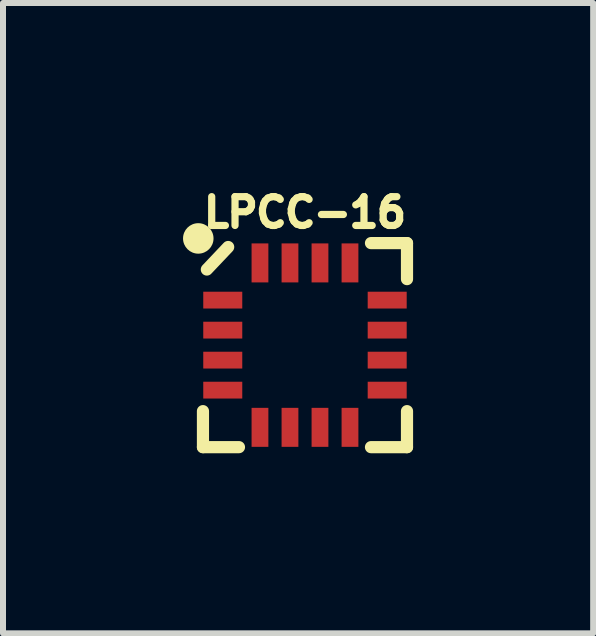
<source format=kicad_pcb>
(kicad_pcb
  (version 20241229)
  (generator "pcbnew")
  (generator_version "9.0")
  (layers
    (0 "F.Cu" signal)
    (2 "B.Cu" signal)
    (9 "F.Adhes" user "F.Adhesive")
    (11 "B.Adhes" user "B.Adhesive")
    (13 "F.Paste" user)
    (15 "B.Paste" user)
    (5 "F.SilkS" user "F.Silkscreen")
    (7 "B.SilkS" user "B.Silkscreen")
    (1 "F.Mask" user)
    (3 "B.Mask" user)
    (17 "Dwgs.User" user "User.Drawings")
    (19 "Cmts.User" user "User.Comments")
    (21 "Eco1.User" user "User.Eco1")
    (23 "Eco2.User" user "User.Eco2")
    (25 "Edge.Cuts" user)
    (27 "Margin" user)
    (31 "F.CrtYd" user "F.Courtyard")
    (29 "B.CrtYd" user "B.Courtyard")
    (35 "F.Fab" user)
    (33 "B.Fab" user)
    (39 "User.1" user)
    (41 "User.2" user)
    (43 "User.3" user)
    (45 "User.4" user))
  (footprint "LPCC-16"
    (layer "F.Cu")
    (at 2.032 2.701)
    (property "Reference" "LPCC-16" (at 0 -2.21 0) (layer "F.SilkS") (effects (font (size 0.48 0.48) (thickness 0.15))))
    (attr smd)
    (fp_line (start -1.7 1.7) (end -1.7 1.1) (stroke (width 0.203) (type solid)) (layer "F.SilkS"))
    (fp_line (start -1.7 1.7) (end -1.1 1.7) (stroke (width 0.203) (type solid)) (layer "F.SilkS"))
    (fp_line (start -1.28 -1.635) (end -1.635 -1.26) (stroke (width 0.203) (type solid)) (layer "F.SilkS"))
    (fp_line (start 1.1 1.7) (end 1.7 1.7) (stroke (width 0.203) (type solid)) (layer "F.SilkS"))
    (fp_line (start 1.7 -1.7) (end 1.1 -1.7) (stroke (width 0.203) (type solid)) (layer "F.SilkS"))
    (fp_line (start 1.7 -1.1) (end 1.7 -1.7) (stroke (width 0.203) (type solid)) (layer "F.SilkS"))
    (fp_line (start 1.7 1.7) (end 1.7 1.1) (stroke (width 0.203) (type solid)) (layer "F.SilkS"))
    (fp_circle (center -1.778 -1.778) (end -1.524 -1.778) (stroke (width 0) (type solid)) (fill yes) (layer "F.SilkS"))
    (pad "1" smd rect (at -1.37 -0.75) (size 0.65 0.28) (layers "F.Cu" "F.Mask" "F.Paste"))
    (pad "2" smd rect (at -1.37 -0.25) (size 0.65 0.28) (layers "F.Cu" "F.Mask" "F.Paste"))
    (pad "3" smd rect (at -1.37 0.25) (size 0.65 0.28) (layers "F.Cu" "F.Mask" "F.Paste"))
    (pad "4" smd rect (at -1.37 0.75) (size 0.65 0.28) (layers "F.Cu" "F.Mask" "F.Paste"))
    (pad "5" smd rect (at -0.75 1.37 270) (size 0.65 0.28) (layers "F.Cu" "F.Mask" "F.Paste"))
    (pad "6" smd rect (at -0.25 1.37 90) (size 0.65 0.28) (layers "F.Cu" "F.Mask" "F.Paste"))
    (pad "7" smd rect (at 0.25 1.37 90) (size 0.65 0.28) (layers "F.Cu" "F.Mask" "F.Paste"))
    (pad "8" smd rect (at 0.75 1.37 90) (size 0.65 0.28) (layers "F.Cu" "F.Mask" "F.Paste"))
    (pad "9" smd rect (at 1.37 0.75) (size 0.65 0.28) (layers "F.Cu" "F.Mask" "F.Paste"))
    (pad "10" smd rect (at 1.37 0.25) (size 0.65 0.28) (layers "F.Cu" "F.Mask" "F.Paste"))
    (pad "11" smd rect (at 1.37 -0.25) (size 0.65 0.28) (layers "F.Cu" "F.Mask" "F.Paste"))
    (pad "12" smd rect (at 1.37 -0.75) (size 0.65 0.28) (layers "F.Cu" "F.Mask" "F.Paste"))
    (pad "13" smd rect (at 0.75 -1.37 90) (size 0.65 0.28) (layers "F.Cu" "F.Mask" "F.Paste"))
    (pad "14" smd rect (at 0.25 -1.37 90) (size 0.65 0.28) (layers "F.Cu" "F.Mask" "F.Paste"))
    (pad "15" smd rect (at -0.25 -1.37 90) (size 0.65 0.28) (layers "F.Cu" "F.Mask" "F.Paste"))
    (pad "16" smd rect (at -0.75 -1.37 90) (size 0.65 0.28) (layers "F.Cu" "F.Mask" "F.Paste")))
  (gr_rect
    (start -3 -3)
    (end 6.834 7.503)
    (stroke (width 0.1) (type default))
    (fill no)
    (layer "Edge.Cuts")))
</source>
